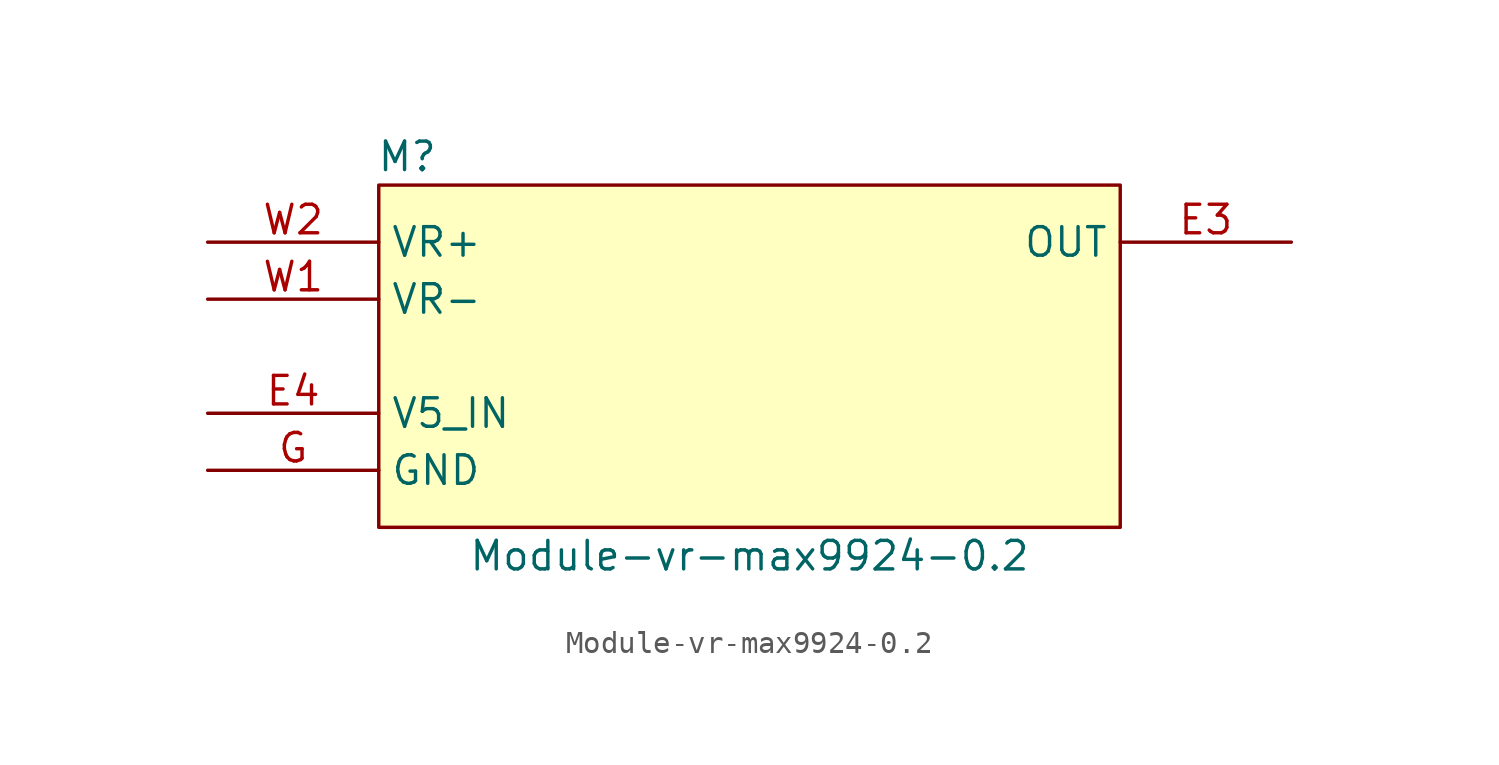
<source format=kicad_sym>
(kicad_symbol_lib
  (version 20220914)
  (generator kicad_symbol_editor)
  (symbol "Module-vr-max9924-0.2"
    (property "Reference" "M"
      (at 1.27 1.27 0)
      (effects (font (size 1.27 1.27))))
    (property "Value" "Module-vr-max9924-0.2"
      (at 16.51 -16.51 0)
      (effects (font (size 1.27 1.27))))
    (symbol "Module-vr-max9924-0.2_1_0"
      (rectangle (start 0 0) (end 33.02 -15.24) (stroke (width 0) (type default)) (fill (type background)))
      (pin passive line (at 40.64 -2.54 180) (length 7.62) (name "OUT" (effects (font (size 1.27 1.27)))) (number "E3" (effects (font (size 1.27 1.27)))))
      (pin passive line (at -7.62 -10.16 0) (length 7.62) (name "V5_IN" (effects (font (size 1.27 1.27)))) (number "E4" (effects (font (size 1.27 1.27)))))
      (pin passive line (at -7.62 -12.7 0) (length 7.62) (name "GND" (effects (font (size 1.27 1.27)))) (number "G" (effects (font (size 1.27 1.27)))))
      (pin passive line (at -7.62 -5.08 0) (length 7.62) (name "VR-" (effects (font (size 1.27 1.27)))) (number "W1" (effects (font (size 1.27 1.27)))))
      (pin passive line (at -7.62 -2.54 0) (length 7.62) (name "VR+" (effects (font (size 1.27 1.27)))) (number "W2" (effects (font (size 1.27 1.27))))))))
</source>
